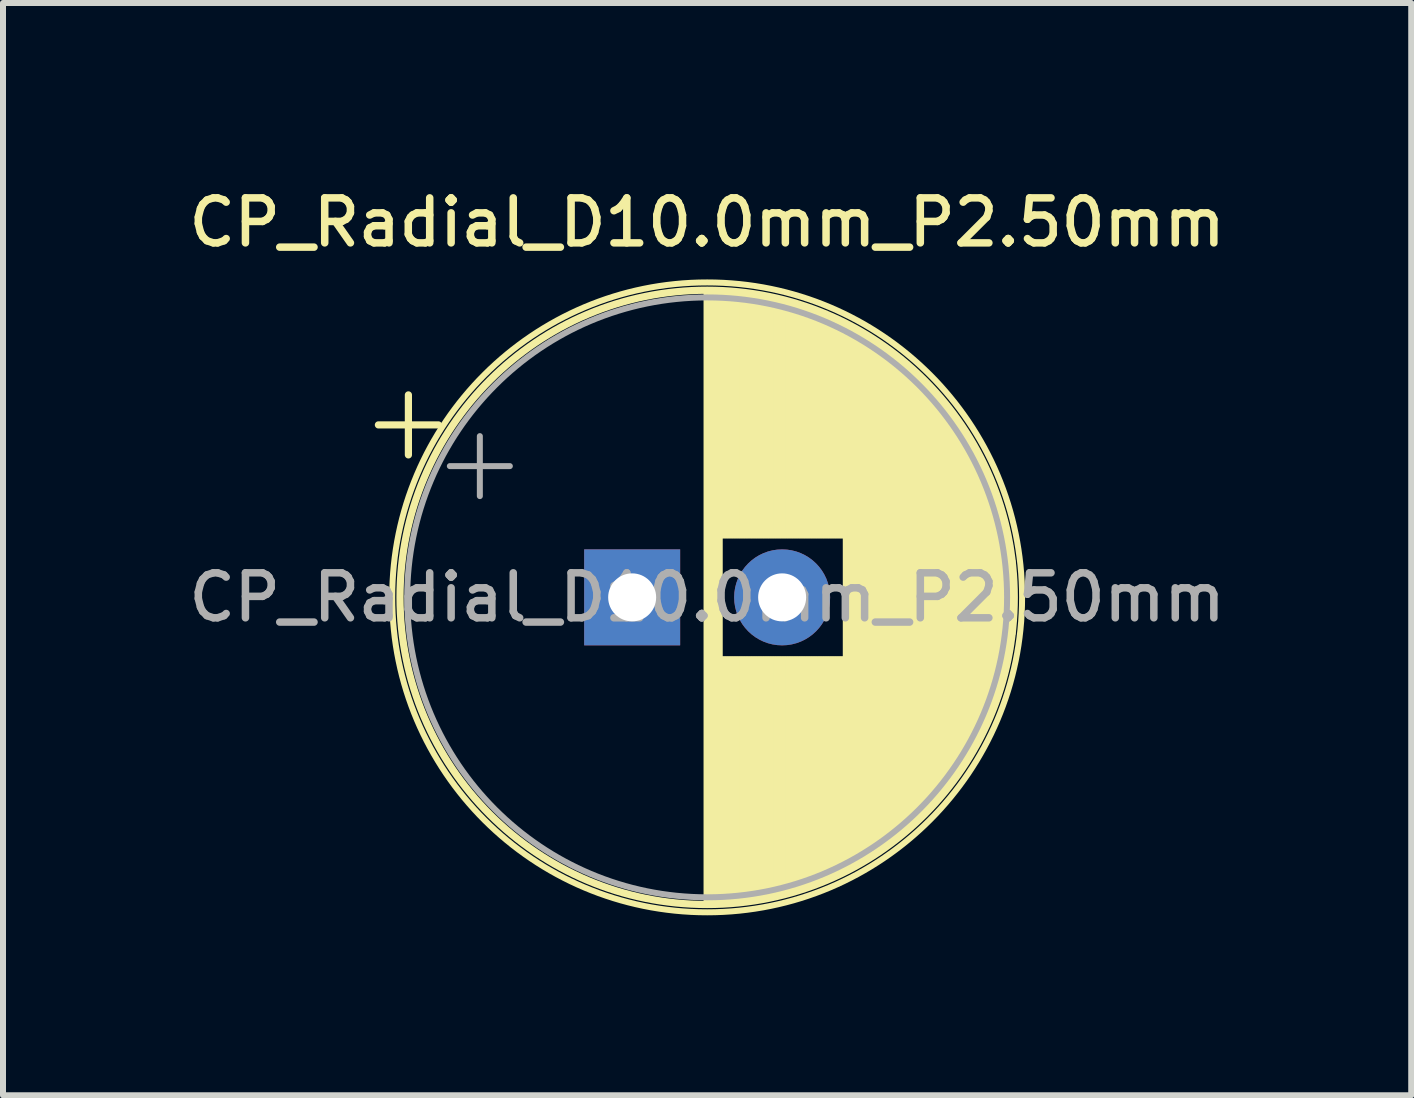
<source format=kicad_pcb>
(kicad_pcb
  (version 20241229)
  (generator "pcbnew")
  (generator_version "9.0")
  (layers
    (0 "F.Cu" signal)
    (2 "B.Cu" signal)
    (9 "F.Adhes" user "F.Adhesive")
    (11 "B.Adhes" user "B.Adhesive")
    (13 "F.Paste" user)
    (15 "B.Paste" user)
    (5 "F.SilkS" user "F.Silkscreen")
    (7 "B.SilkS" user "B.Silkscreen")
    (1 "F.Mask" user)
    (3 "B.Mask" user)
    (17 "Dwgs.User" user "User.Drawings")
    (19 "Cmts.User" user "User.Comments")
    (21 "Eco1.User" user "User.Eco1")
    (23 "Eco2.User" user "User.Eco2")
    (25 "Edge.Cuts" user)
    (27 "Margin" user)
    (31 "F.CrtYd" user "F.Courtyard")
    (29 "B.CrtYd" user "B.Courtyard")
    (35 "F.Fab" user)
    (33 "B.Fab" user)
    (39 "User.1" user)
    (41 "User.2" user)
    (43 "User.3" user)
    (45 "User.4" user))
  (footprint "CP_Radial_D10.0mm_P2.50mm"
    (layer "F.Cu")
    (at 7.488 6.908)
    (property "Reference" "CP_Radial_D10.0mm_P2.50mm" (at 1.25 -6.25 0) (layer "F.SilkS") (effects (font (size 0.75 0.75) (thickness 0.125))))
    (attr through_hole)
    (fp_line (start -4.23 -2.875) (end -3.23 -2.875) (stroke (width 0.12) (type solid)) (layer "F.SilkS"))
    (fp_line (start -3.73 -3.375) (end -3.73 -2.375) (stroke (width 0.12) (type solid)) (layer "F.SilkS"))
    (fp_line (start 1.25 -5.08) (end 1.25 5.08) (stroke (width 0.12) (type solid)) (layer "F.SilkS"))
    (fp_line (start 1.29 -5.08) (end 1.29 5.08) (stroke (width 0.12) (type solid)) (layer "F.SilkS"))
    (fp_line (start 1.33 -5.08) (end 1.33 5.08) (stroke (width 0.12) (type solid)) (layer "F.SilkS"))
    (fp_line (start 1.37 -5.079) (end 1.37 5.079) (stroke (width 0.12) (type solid)) (layer "F.SilkS"))
    (fp_line (start 1.41 -5.078) (end 1.41 5.078) (stroke (width 0.12) (type solid)) (layer "F.SilkS"))
    (fp_line (start 1.45 -5.077) (end 1.45 5.077) (stroke (width 0.12) (type solid)) (layer "F.SilkS"))
    (fp_line (start 1.49 -5.075) (end 1.49 -1.04) (stroke (width 0.12) (type solid)) (layer "F.SilkS"))
    (fp_line (start 1.49 1.04) (end 1.49 5.075) (stroke (width 0.12) (type solid)) (layer "F.SilkS"))
    (fp_line (start 1.53 -5.073) (end 1.53 -1.04) (stroke (width 0.12) (type solid)) (layer "F.SilkS"))
    (fp_line (start 1.53 1.04) (end 1.53 5.073) (stroke (width 0.12) (type solid)) (layer "F.SilkS"))
    (fp_line (start 1.57 -5.07) (end 1.57 -1.04) (stroke (width 0.12) (type solid)) (layer "F.SilkS"))
    (fp_line (start 1.57 1.04) (end 1.57 5.07) (stroke (width 0.12) (type solid)) (layer "F.SilkS"))
    (fp_line (start 1.61 -5.068) (end 1.61 -1.04) (stroke (width 0.12) (type solid)) (layer "F.SilkS"))
    (fp_line (start 1.61 1.04) (end 1.61 5.068) (stroke (width 0.12) (type solid)) (layer "F.SilkS"))
    (fp_line (start 1.65 -5.065) (end 1.65 -1.04) (stroke (width 0.12) (type solid)) (layer "F.SilkS"))
    (fp_line (start 1.65 1.04) (end 1.65 5.065) (stroke (width 0.12) (type solid)) (layer "F.SilkS"))
    (fp_line (start 1.69 -5.062) (end 1.69 -1.04) (stroke (width 0.12) (type solid)) (layer "F.SilkS"))
    (fp_line (start 1.69 1.04) (end 1.69 5.062) (stroke (width 0.12) (type solid)) (layer "F.SilkS"))
    (fp_line (start 1.73 -5.058) (end 1.73 -1.04) (stroke (width 0.12) (type solid)) (layer "F.SilkS"))
    (fp_line (start 1.73 1.04) (end 1.73 5.058) (stroke (width 0.12) (type solid)) (layer "F.SilkS"))
    (fp_line (start 1.77 -5.054) (end 1.77 -1.04) (stroke (width 0.12) (type solid)) (layer "F.SilkS"))
    (fp_line (start 1.77 1.04) (end 1.77 5.054) (stroke (width 0.12) (type solid)) (layer "F.SilkS"))
    (fp_line (start 1.81 -5.05) (end 1.81 -1.04) (stroke (width 0.12) (type solid)) (layer "F.SilkS"))
    (fp_line (start 1.81 1.04) (end 1.81 5.05) (stroke (width 0.12) (type solid)) (layer "F.SilkS"))
    (fp_line (start 1.85 -5.045) (end 1.85 -1.04) (stroke (width 0.12) (type solid)) (layer "F.SilkS"))
    (fp_line (start 1.85 1.04) (end 1.85 5.045) (stroke (width 0.12) (type solid)) (layer "F.SilkS"))
    (fp_line (start 1.89 -5.04) (end 1.89 -1.04) (stroke (width 0.12) (type solid)) (layer "F.SilkS"))
    (fp_line (start 1.89 1.04) (end 1.89 5.04) (stroke (width 0.12) (type solid)) (layer "F.SilkS"))
    (fp_line (start 1.93 -5.035) (end 1.93 -1.04) (stroke (width 0.12) (type solid)) (layer "F.SilkS"))
    (fp_line (start 1.93 1.04) (end 1.93 5.035) (stroke (width 0.12) (type solid)) (layer "F.SilkS"))
    (fp_line (start 1.971 -5.03) (end 1.971 -1.04) (stroke (width 0.12) (type solid)) (layer "F.SilkS"))
    (fp_line (start 1.971 1.04) (end 1.971 5.03) (stroke (width 0.12) (type solid)) (layer "F.SilkS"))
    (fp_line (start 2.011 -5.024) (end 2.011 -1.04) (stroke (width 0.12) (type solid)) (layer "F.SilkS"))
    (fp_line (start 2.011 1.04) (end 2.011 5.024) (stroke (width 0.12) (type solid)) (layer "F.SilkS"))
    (fp_line (start 2.051 -5.018) (end 2.051 -1.04) (stroke (width 0.12) (type solid)) (layer "F.SilkS"))
    (fp_line (start 2.051 1.04) (end 2.051 5.018) (stroke (width 0.12) (type solid)) (layer "F.SilkS"))
    (fp_line (start 2.091 -5.011) (end 2.091 -1.04) (stroke (width 0.12) (type solid)) (layer "F.SilkS"))
    (fp_line (start 2.091 1.04) (end 2.091 5.011) (stroke (width 0.12) (type solid)) (layer "F.SilkS"))
    (fp_line (start 2.131 -5.004) (end 2.131 -1.04) (stroke (width 0.12) (type solid)) (layer "F.SilkS"))
    (fp_line (start 2.131 1.04) (end 2.131 5.004) (stroke (width 0.12) (type solid)) (layer "F.SilkS"))
    (fp_line (start 2.171 -4.997) (end 2.171 -1.04) (stroke (width 0.12) (type solid)) (layer "F.SilkS"))
    (fp_line (start 2.171 1.04) (end 2.171 4.997) (stroke (width 0.12) (type solid)) (layer "F.SilkS"))
    (fp_line (start 2.211 -4.99) (end 2.211 -1.04) (stroke (width 0.12) (type solid)) (layer "F.SilkS"))
    (fp_line (start 2.211 1.04) (end 2.211 4.99) (stroke (width 0.12) (type solid)) (layer "F.SilkS"))
    (fp_line (start 2.251 -4.982) (end 2.251 -1.04) (stroke (width 0.12) (type solid)) (layer "F.SilkS"))
    (fp_line (start 2.251 1.04) (end 2.251 4.982) (stroke (width 0.12) (type solid)) (layer "F.SilkS"))
    (fp_line (start 2.291 -4.974) (end 2.291 -1.04) (stroke (width 0.12) (type solid)) (layer "F.SilkS"))
    (fp_line (start 2.291 1.04) (end 2.291 4.974) (stroke (width 0.12) (type solid)) (layer "F.SilkS"))
    (fp_line (start 2.331 -4.965) (end 2.331 -1.04) (stroke (width 0.12) (type solid)) (layer "F.SilkS"))
    (fp_line (start 2.331 1.04) (end 2.331 4.965) (stroke (width 0.12) (type solid)) (layer "F.SilkS"))
    (fp_line (start 2.371 -4.956) (end 2.371 -1.04) (stroke (width 0.12) (type solid)) (layer "F.SilkS"))
    (fp_line (start 2.371 1.04) (end 2.371 4.956) (stroke (width 0.12) (type solid)) (layer "F.SilkS"))
    (fp_line (start 2.411 -4.947) (end 2.411 -1.04) (stroke (width 0.12) (type solid)) (layer "F.SilkS"))
    (fp_line (start 2.411 1.04) (end 2.411 4.947) (stroke (width 0.12) (type solid)) (layer "F.SilkS"))
    (fp_line (start 2.451 -4.938) (end 2.451 -1.04) (stroke (width 0.12) (type solid)) (layer "F.SilkS"))
    (fp_line (start 2.451 1.04) (end 2.451 4.938) (stroke (width 0.12) (type solid)) (layer "F.SilkS"))
    (fp_line (start 2.491 -4.928) (end 2.491 -1.04) (stroke (width 0.12) (type solid)) (layer "F.SilkS"))
    (fp_line (start 2.491 1.04) (end 2.491 4.928) (stroke (width 0.12) (type solid)) (layer "F.SilkS"))
    (fp_line (start 2.531 -4.918) (end 2.531 -1.04) (stroke (width 0.12) (type solid)) (layer "F.SilkS"))
    (fp_line (start 2.531 1.04) (end 2.531 4.918) (stroke (width 0.12) (type solid)) (layer "F.SilkS"))
    (fp_line (start 2.571 -4.907) (end 2.571 -1.04) (stroke (width 0.12) (type solid)) (layer "F.SilkS"))
    (fp_line (start 2.571 1.04) (end 2.571 4.907) (stroke (width 0.12) (type solid)) (layer "F.SilkS"))
    (fp_line (start 2.611 -4.897) (end 2.611 -1.04) (stroke (width 0.12) (type solid)) (layer "F.SilkS"))
    (fp_line (start 2.611 1.04) (end 2.611 4.897) (stroke (width 0.12) (type solid)) (layer "F.SilkS"))
    (fp_line (start 2.651 -4.885) (end 2.651 -1.04) (stroke (width 0.12) (type solid)) (layer "F.SilkS"))
    (fp_line (start 2.651 1.04) (end 2.651 4.885) (stroke (width 0.12) (type solid)) (layer "F.SilkS"))
    (fp_line (start 2.691 -4.874) (end 2.691 -1.04) (stroke (width 0.12) (type solid)) (layer "F.SilkS"))
    (fp_line (start 2.691 1.04) (end 2.691 4.874) (stroke (width 0.12) (type solid)) (layer "F.SilkS"))
    (fp_line (start 2.731 -4.862) (end 2.731 -1.04) (stroke (width 0.12) (type solid)) (layer "F.SilkS"))
    (fp_line (start 2.731 1.04) (end 2.731 4.862) (stroke (width 0.12) (type solid)) (layer "F.SilkS"))
    (fp_line (start 2.771 -4.85) (end 2.771 -1.04) (stroke (width 0.12) (type solid)) (layer "F.SilkS"))
    (fp_line (start 2.771 1.04) (end 2.771 4.85) (stroke (width 0.12) (type solid)) (layer "F.SilkS"))
    (fp_line (start 2.811 -4.837) (end 2.811 -1.04) (stroke (width 0.12) (type solid)) (layer "F.SilkS"))
    (fp_line (start 2.811 1.04) (end 2.811 4.837) (stroke (width 0.12) (type solid)) (layer "F.SilkS"))
    (fp_line (start 2.851 -4.824) (end 2.851 -1.04) (stroke (width 0.12) (type solid)) (layer "F.SilkS"))
    (fp_line (start 2.851 1.04) (end 2.851 4.824) (stroke (width 0.12) (type solid)) (layer "F.SilkS"))
    (fp_line (start 2.891 -4.811) (end 2.891 -1.04) (stroke (width 0.12) (type solid)) (layer "F.SilkS"))
    (fp_line (start 2.891 1.04) (end 2.891 4.811) (stroke (width 0.12) (type solid)) (layer "F.SilkS"))
    (fp_line (start 2.931 -4.797) (end 2.931 -1.04) (stroke (width 0.12) (type solid)) (layer "F.SilkS"))
    (fp_line (start 2.931 1.04) (end 2.931 4.797) (stroke (width 0.12) (type solid)) (layer "F.SilkS"))
    (fp_line (start 2.971 -4.783) (end 2.971 -1.04) (stroke (width 0.12) (type solid)) (layer "F.SilkS"))
    (fp_line (start 2.971 1.04) (end 2.971 4.783) (stroke (width 0.12) (type solid)) (layer "F.SilkS"))
    (fp_line (start 3.011 -4.768) (end 3.011 -1.04) (stroke (width 0.12) (type solid)) (layer "F.SilkS"))
    (fp_line (start 3.011 1.04) (end 3.011 4.768) (stroke (width 0.12) (type solid)) (layer "F.SilkS"))
    (fp_line (start 3.051 -4.754) (end 3.051 -1.04) (stroke (width 0.12) (type solid)) (layer "F.SilkS"))
    (fp_line (start 3.051 1.04) (end 3.051 4.754) (stroke (width 0.12) (type solid)) (layer "F.SilkS"))
    (fp_line (start 3.091 -4.738) (end 3.091 -1.04) (stroke (width 0.12) (type solid)) (layer "F.SilkS"))
    (fp_line (start 3.091 1.04) (end 3.091 4.738) (stroke (width 0.12) (type solid)) (layer "F.SilkS"))
    (fp_line (start 3.131 -4.723) (end 3.131 -1.04) (stroke (width 0.12) (type solid)) (layer "F.SilkS"))
    (fp_line (start 3.131 1.04) (end 3.131 4.723) (stroke (width 0.12) (type solid)) (layer "F.SilkS"))
    (fp_line (start 3.171 -4.707) (end 3.171 -1.04) (stroke (width 0.12) (type solid)) (layer "F.SilkS"))
    (fp_line (start 3.171 1.04) (end 3.171 4.707) (stroke (width 0.12) (type solid)) (layer "F.SilkS"))
    (fp_line (start 3.211 -4.69) (end 3.211 -1.04) (stroke (width 0.12) (type solid)) (layer "F.SilkS"))
    (fp_line (start 3.211 1.04) (end 3.211 4.69) (stroke (width 0.12) (type solid)) (layer "F.SilkS"))
    (fp_line (start 3.251 -4.674) (end 3.251 -1.04) (stroke (width 0.12) (type solid)) (layer "F.SilkS"))
    (fp_line (start 3.251 1.04) (end 3.251 4.674) (stroke (width 0.12) (type solid)) (layer "F.SilkS"))
    (fp_line (start 3.291 -4.657) (end 3.291 -1.04) (stroke (width 0.12) (type solid)) (layer "F.SilkS"))
    (fp_line (start 3.291 1.04) (end 3.291 4.657) (stroke (width 0.12) (type solid)) (layer "F.SilkS"))
    (fp_line (start 3.331 -4.639) (end 3.331 -1.04) (stroke (width 0.12) (type solid)) (layer "F.SilkS"))
    (fp_line (start 3.331 1.04) (end 3.331 4.639) (stroke (width 0.12) (type solid)) (layer "F.SilkS"))
    (fp_line (start 3.371 -4.621) (end 3.371 -1.04) (stroke (width 0.12) (type solid)) (layer "F.SilkS"))
    (fp_line (start 3.371 1.04) (end 3.371 4.621) (stroke (width 0.12) (type solid)) (layer "F.SilkS"))
    (fp_line (start 3.411 -4.603) (end 3.411 -1.04) (stroke (width 0.12) (type solid)) (layer "F.SilkS"))
    (fp_line (start 3.411 1.04) (end 3.411 4.603) (stroke (width 0.12) (type solid)) (layer "F.SilkS"))
    (fp_line (start 3.451 -4.584) (end 3.451 -1.04) (stroke (width 0.12) (type solid)) (layer "F.SilkS"))
    (fp_line (start 3.451 1.04) (end 3.451 4.584) (stroke (width 0.12) (type solid)) (layer "F.SilkS"))
    (fp_line (start 3.491 -4.564) (end 3.491 -1.04) (stroke (width 0.12) (type solid)) (layer "F.SilkS"))
    (fp_line (start 3.491 1.04) (end 3.491 4.564) (stroke (width 0.12) (type solid)) (layer "F.SilkS"))
    (fp_line (start 3.531 -4.545) (end 3.531 -1.04) (stroke (width 0.12) (type solid)) (layer "F.SilkS"))
    (fp_line (start 3.531 1.04) (end 3.531 4.545) (stroke (width 0.12) (type solid)) (layer "F.SilkS"))
    (fp_line (start 3.571 -4.525) (end 3.571 4.525) (stroke (width 0.12) (type solid)) (layer "F.SilkS"))
    (fp_line (start 3.611 -4.504) (end 3.611 4.504) (stroke (width 0.12) (type solid)) (layer "F.SilkS"))
    (fp_line (start 3.651 -4.483) (end 3.651 4.483) (stroke (width 0.12) (type solid)) (layer "F.SilkS"))
    (fp_line (start 3.691 -4.462) (end 3.691 4.462) (stroke (width 0.12) (type solid)) (layer "F.SilkS"))
    (fp_line (start 3.731 -4.44) (end 3.731 4.44) (stroke (width 0.12) (type solid)) (layer "F.SilkS"))
    (fp_line (start 3.771 -4.417) (end 3.771 4.417) (stroke (width 0.12) (type solid)) (layer "F.SilkS"))
    (fp_line (start 3.811 -4.395) (end 3.811 4.395) (stroke (width 0.12) (type solid)) (layer "F.SilkS"))
    (fp_line (start 3.851 -4.371) (end 3.851 4.371) (stroke (width 0.12) (type solid)) (layer "F.SilkS"))
    (fp_line (start 3.891 -4.347) (end 3.891 4.347) (stroke (width 0.12) (type solid)) (layer "F.SilkS"))
    (fp_line (start 3.931 -4.323) (end 3.931 4.323) (stroke (width 0.12) (type solid)) (layer "F.SilkS"))
    (fp_line (start 3.971 -4.298) (end 3.971 4.298) (stroke (width 0.12) (type solid)) (layer "F.SilkS"))
    (fp_line (start 4.011 -4.273) (end 4.011 4.273) (stroke (width 0.12) (type solid)) (layer "F.SilkS"))
    (fp_line (start 4.051 -4.247) (end 4.051 4.247) (stroke (width 0.12) (type solid)) (layer "F.SilkS"))
    (fp_line (start 4.091 -4.221) (end 4.091 4.221) (stroke (width 0.12) (type solid)) (layer "F.SilkS"))
    (fp_line (start 4.131 -4.194) (end 4.131 4.194) (stroke (width 0.12) (type solid)) (layer "F.SilkS"))
    (fp_line (start 4.171 -4.166) (end 4.171 4.166) (stroke (width 0.12) (type solid)) (layer "F.SilkS"))
    (fp_line (start 4.211 -4.138) (end 4.211 4.138) (stroke (width 0.12) (type solid)) (layer "F.SilkS"))
    (fp_line (start 4.251 -4.11) (end 4.251 4.11) (stroke (width 0.12) (type solid)) (layer "F.SilkS"))
    (fp_line (start 4.291 -4.08) (end 4.291 4.08) (stroke (width 0.12) (type solid)) (layer "F.SilkS"))
    (fp_line (start 4.331 -4.05) (end 4.331 4.05) (stroke (width 0.12) (type solid)) (layer "F.SilkS"))
    (fp_line (start 4.371 -4.02) (end 4.371 4.02) (stroke (width 0.12) (type solid)) (layer "F.SilkS"))
    (fp_line (start 4.411 -3.989) (end 4.411 3.989) (stroke (width 0.12) (type solid)) (layer "F.SilkS"))
    (fp_line (start 4.451 -3.957) (end 4.451 3.957) (stroke (width 0.12) (type solid)) (layer "F.SilkS"))
    (fp_line (start 4.491 -3.925) (end 4.491 3.925) (stroke (width 0.12) (type solid)) (layer "F.SilkS"))
    (fp_line (start 4.531 -3.892) (end 4.531 3.892) (stroke (width 0.12) (type solid)) (layer "F.SilkS"))
    (fp_line (start 4.571 -3.858) (end 4.571 3.858) (stroke (width 0.12) (type solid)) (layer "F.SilkS"))
    (fp_line (start 4.611 -3.824) (end 4.611 3.824) (stroke (width 0.12) (type solid)) (layer "F.SilkS"))
    (fp_line (start 4.651 -3.789) (end 4.651 3.789) (stroke (width 0.12) (type solid)) (layer "F.SilkS"))
    (fp_line (start 4.691 -3.753) (end 4.691 3.753) (stroke (width 0.12) (type solid)) (layer "F.SilkS"))
    (fp_line (start 4.731 -3.716) (end 4.731 3.716) (stroke (width 0.12) (type solid)) (layer "F.SilkS"))
    (fp_line (start 4.771 -3.679) (end 4.771 3.679) (stroke (width 0.12) (type solid)) (layer "F.SilkS"))
    (fp_line (start 4.811 -3.64) (end 4.811 3.64) (stroke (width 0.12) (type solid)) (layer "F.SilkS"))
    (fp_line (start 4.851 -3.601) (end 4.851 3.601) (stroke (width 0.12) (type solid)) (layer "F.SilkS"))
    (fp_line (start 4.891 -3.561) (end 4.891 3.561) (stroke (width 0.12) (type solid)) (layer "F.SilkS"))
    (fp_line (start 4.931 -3.52) (end 4.931 3.52) (stroke (width 0.12) (type solid)) (layer "F.SilkS"))
    (fp_line (start 4.971 -3.478) (end 4.971 3.478) (stroke (width 0.12) (type solid)) (layer "F.SilkS"))
    (fp_line (start 5.011 -3.436) (end 5.011 3.436) (stroke (width 0.12) (type solid)) (layer "F.SilkS"))
    (fp_line (start 5.051 -3.392) (end 5.051 3.392) (stroke (width 0.12) (type solid)) (layer "F.SilkS"))
    (fp_line (start 5.091 -3.347) (end 5.091 3.347) (stroke (width 0.12) (type solid)) (layer "F.SilkS"))
    (fp_line (start 5.131 -3.301) (end 5.131 3.301) (stroke (width 0.12) (type solid)) (layer "F.SilkS"))
    (fp_line (start 5.171 -3.254) (end 5.171 3.254) (stroke (width 0.12) (type solid)) (layer "F.SilkS"))
    (fp_line (start 5.211 -3.206) (end 5.211 3.206) (stroke (width 0.12) (type solid)) (layer "F.SilkS"))
    (fp_line (start 5.251 -3.156) (end 5.251 3.156) (stroke (width 0.12) (type solid)) (layer "F.SilkS"))
    (fp_line (start 5.291 -3.106) (end 5.291 3.106) (stroke (width 0.12) (type solid)) (layer "F.SilkS"))
    (fp_line (start 5.331 -3.054) (end 5.331 3.054) (stroke (width 0.12) (type solid)) (layer "F.SilkS"))
    (fp_line (start 5.371 -3) (end 5.371 3) (stroke (width 0.12) (type solid)) (layer "F.SilkS"))
    (fp_line (start 5.411 -2.945) (end 5.411 2.945) (stroke (width 0.12) (type solid)) (layer "F.SilkS"))
    (fp_line (start 5.451 -2.889) (end 5.451 2.889) (stroke (width 0.12) (type solid)) (layer "F.SilkS"))
    (fp_line (start 5.491 -2.83) (end 5.491 2.83) (stroke (width 0.12) (type solid)) (layer "F.SilkS"))
    (fp_line (start 5.531 -2.77) (end 5.531 2.77) (stroke (width 0.12) (type solid)) (layer "F.SilkS"))
    (fp_line (start 5.571 -2.709) (end 5.571 2.709) (stroke (width 0.12) (type solid)) (layer "F.SilkS"))
    (fp_line (start 5.611 -2.645) (end 5.611 2.645) (stroke (width 0.12) (type solid)) (layer "F.SilkS"))
    (fp_line (start 5.651 -2.579) (end 5.651 2.579) (stroke (width 0.12) (type solid)) (layer "F.SilkS"))
    (fp_line (start 5.691 -2.51) (end 5.691 2.51) (stroke (width 0.12) (type solid)) (layer "F.SilkS"))
    (fp_line (start 5.731 -2.439) (end 5.731 2.439) (stroke (width 0.12) (type solid)) (layer "F.SilkS"))
    (fp_line (start 5.771 -2.365) (end 5.771 2.365) (stroke (width 0.12) (type solid)) (layer "F.SilkS"))
    (fp_line (start 5.811 -2.289) (end 5.811 2.289) (stroke (width 0.12) (type solid)) (layer "F.SilkS"))
    (fp_line (start 5.851 -2.209) (end 5.851 2.209) (stroke (width 0.12) (type solid)) (layer "F.SilkS"))
    (fp_line (start 5.891 -2.125) (end 5.891 2.125) (stroke (width 0.12) (type solid)) (layer "F.SilkS"))
    (fp_line (start 5.931 -2.037) (end 5.931 2.037) (stroke (width 0.12) (type solid)) (layer "F.SilkS"))
    (fp_line (start 5.971 -1.944) (end 5.971 1.944) (stroke (width 0.12) (type solid)) (layer "F.SilkS"))
    (fp_line (start 6.011 -1.846) (end 6.011 1.846) (stroke (width 0.12) (type solid)) (layer "F.SilkS"))
    (fp_line (start 6.051 -1.742) (end 6.051 1.742) (stroke (width 0.12) (type solid)) (layer "F.SilkS"))
    (fp_line (start 6.091 -1.63) (end 6.091 1.63) (stroke (width 0.12) (type solid)) (layer "F.SilkS"))
    (fp_line (start 6.131 -1.51) (end 6.131 1.51) (stroke (width 0.12) (type solid)) (layer "F.SilkS"))
    (fp_line (start 6.171 -1.378) (end 6.171 1.378) (stroke (width 0.12) (type solid)) (layer "F.SilkS"))
    (fp_line (start 6.211 -1.23) (end 6.211 1.23) (stroke (width 0.12) (type solid)) (layer "F.SilkS"))
    (fp_line (start 6.251 -1.062) (end 6.251 1.062) (stroke (width 0.12) (type solid)) (layer "F.SilkS"))
    (fp_line (start 6.291 -0.862) (end 6.291 0.862) (stroke (width 0.12) (type solid)) (layer "F.SilkS"))
    (fp_line (start 6.331 -0.599) (end 6.331 0.599) (stroke (width 0.12) (type solid)) (layer "F.SilkS"))
    (fp_circle (center 1.25 0) (end 6.37 0) (stroke (width 0.12) (type solid)) (fill no) (layer "F.SilkS"))
    (fp_circle (center 1.25 0) (end 6.5 0) (stroke (width 0.1) (type solid)) (fill no) (layer "F.SilkS"))
    (fp_line (start -3.039 -2.188) (end -2.039 -2.188) (stroke (width 0.1) (type solid)) (layer "F.Fab"))
    (fp_line (start -2.539 -2.688) (end -2.539 -1.688) (stroke (width 0.1) (type solid)) (layer "F.Fab"))
    (fp_circle (center 1.25 0) (end 6.25 0) (stroke (width 0.1) (type solid)) (fill no) (layer "F.Fab"))
    (fp_text user "${REFERENCE}" (at 1.25 0 0) (layer "F.Fab") (effects (font (size 0.75 0.75) (thickness 0.125))))
    (pad "1" thru_hole rect (at 0 0) (size 1.6 1.6) (drill 0.8) (layers "*.Cu" "*.Mask"))
    (pad "2" thru_hole circle (at 2.5 0) (size 1.6 1.6) (drill 0.8) (layers "*.Cu" "*.Mask")))
  (gr_rect
    (start -3 -3)
    (end 20.475 15.208)
    (stroke (width 0.1) (type default))
    (fill no)
    (layer "Edge.Cuts")))
</source>
